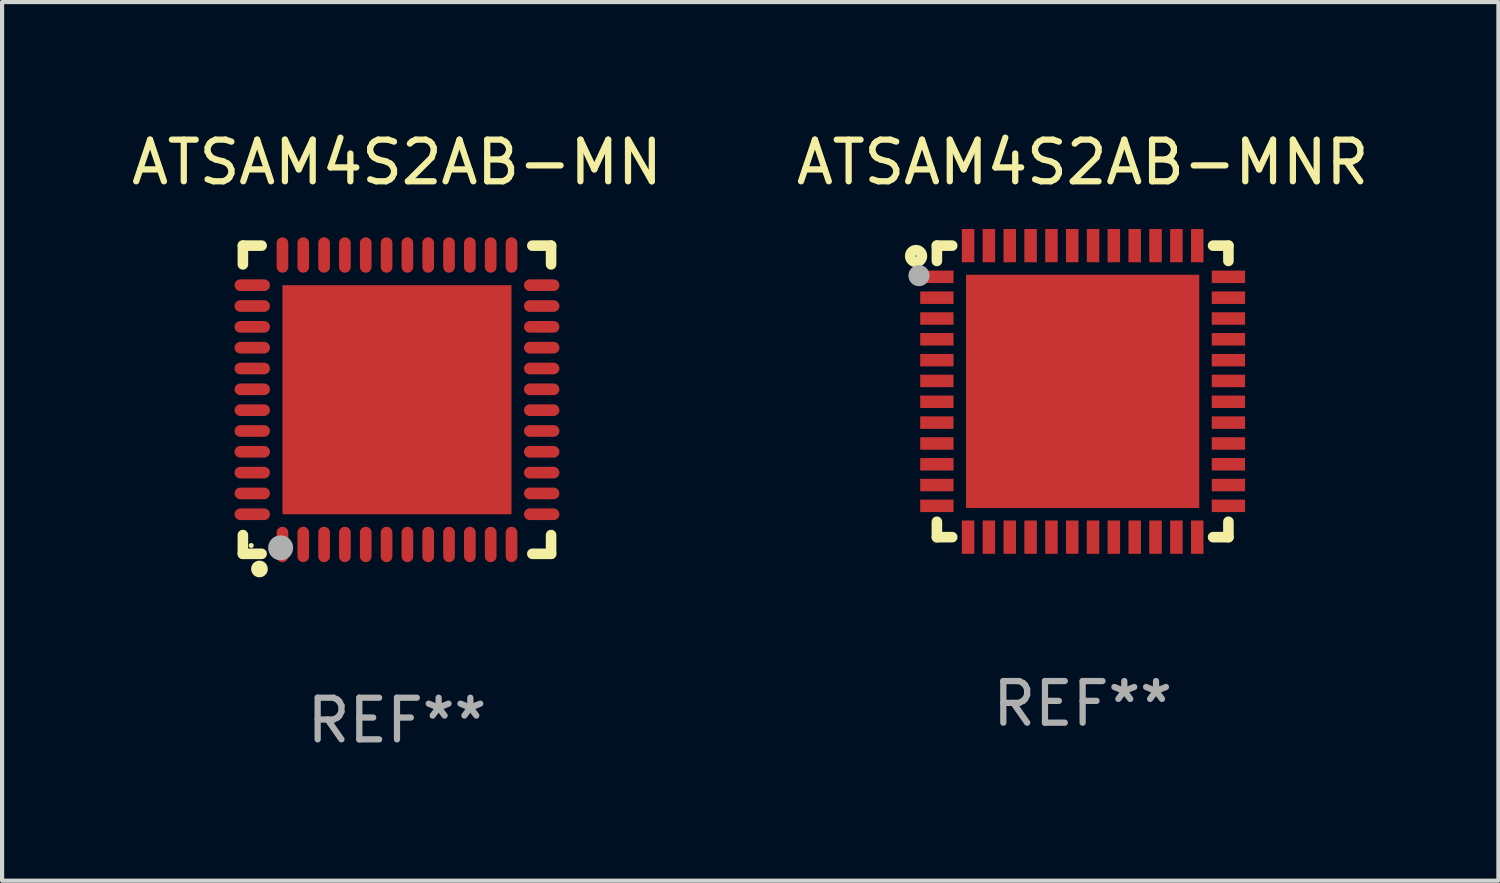
<source format=kicad_pcb>
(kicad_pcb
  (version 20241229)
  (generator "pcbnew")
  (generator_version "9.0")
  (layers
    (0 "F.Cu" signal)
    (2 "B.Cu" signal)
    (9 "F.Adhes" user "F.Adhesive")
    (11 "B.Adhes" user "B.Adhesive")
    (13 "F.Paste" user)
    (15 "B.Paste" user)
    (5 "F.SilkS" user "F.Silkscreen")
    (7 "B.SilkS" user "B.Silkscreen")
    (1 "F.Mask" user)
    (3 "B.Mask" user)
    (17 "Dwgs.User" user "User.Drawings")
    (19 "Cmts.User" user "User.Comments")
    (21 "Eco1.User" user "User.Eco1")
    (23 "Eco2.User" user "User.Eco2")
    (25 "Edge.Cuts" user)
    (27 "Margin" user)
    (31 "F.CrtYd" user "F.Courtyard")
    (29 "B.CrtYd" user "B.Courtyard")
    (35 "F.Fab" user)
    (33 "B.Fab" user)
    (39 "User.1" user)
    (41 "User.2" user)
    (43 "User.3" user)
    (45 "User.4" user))
  (footprint "ATSAM4S2AB-MNR"
    (layer "F.Cu")
    (at 22.946 6.348)
    (property "Reference" "ATSAM4S2AB-MNR" (at 0 -5.5 0) (layer "F.SilkS") (effects (font (size 1 1) (thickness 0.15))))
    (attr through_hole)
    (fp_line (start -3.5 -3.5) (end -3.132 -3.5) (stroke (width 0.254) (type solid)) (layer "F.SilkS"))
    (fp_line (start -3.5 -3.132) (end -3.5 -3.5) (stroke (width 0.254) (type solid)) (layer "F.SilkS"))
    (fp_line (start -3.5 3.5) (end -3.5 3.13) (stroke (width 0.254) (type solid)) (layer "F.SilkS"))
    (fp_line (start -3.132 3.5) (end -3.5 3.5) (stroke (width 0.254) (type solid)) (layer "F.SilkS"))
    (fp_line (start 3.132 -3.5) (end 3.5 -3.5) (stroke (width 0.254) (type solid)) (layer "F.SilkS"))
    (fp_line (start 3.5 -3.5) (end 3.5 -3.132) (stroke (width 0.254) (type solid)) (layer "F.SilkS"))
    (fp_line (start 3.5 3.13) (end 3.5 3.5) (stroke (width 0.254) (type solid)) (layer "F.SilkS"))
    (fp_line (start 3.5 3.5) (end 3.132 3.5) (stroke (width 0.254) (type solid)) (layer "F.SilkS"))
    (fp_circle (center -4 -3.25) (end -3.859 -3.25) (stroke (width 0.254) (type solid)) (fill no) (layer "F.SilkS"))
    (fp_circle (center -3.5 -3.501) (end -3.47 -3.501) (stroke (width 0.06) (type solid)) (fill no) (layer "F.SilkS"))
    (fp_circle (center -3.93 -2.78) (end -3.803 -2.78) (stroke (width 0.254) (type solid)) (fill no) (layer "F.Fab"))
    (fp_text user "REF**" (at 0 7.5 0) (layer "F.Fab") (effects (font (size 1 1) (thickness 0.15))))
    (pad "1" smd rect (at -3.5 -2.751 270) (size 0.3 0.8) (layers "F.Cu" "F.Mask" "F.Paste"))
    (pad "2" smd rect (at -3.5 -2.25 270) (size 0.3 0.8) (layers "F.Cu" "F.Mask" "F.Paste"))
    (pad "3" smd rect (at -3.5 -1.75 270) (size 0.3 0.8) (layers "F.Cu" "F.Mask" "F.Paste"))
    (pad "4" smd rect (at -3.5 -1.251 270) (size 0.3 0.8) (layers "F.Cu" "F.Mask" "F.Paste"))
    (pad "5" smd rect (at -3.5 -0.75 270) (size 0.3 0.8) (layers "F.Cu" "F.Mask" "F.Paste"))
    (pad "6" smd rect (at -3.5 -0.251 270) (size 0.3 0.8) (layers "F.Cu" "F.Mask" "F.Paste"))
    (pad "7" smd rect (at -3.5 0.249 270) (size 0.3 0.8) (layers "F.Cu" "F.Mask" "F.Paste"))
    (pad "8" smd rect (at -3.5 0.749 270) (size 0.3 0.8) (layers "F.Cu" "F.Mask" "F.Paste"))
    (pad "9" smd rect (at -3.5 1.25 270) (size 0.3 0.8) (layers "F.Cu" "F.Mask" "F.Paste"))
    (pad "10" smd rect (at -3.5 1.75 270) (size 0.3 0.8) (layers "F.Cu" "F.Mask" "F.Paste"))
    (pad "11" smd rect (at -3.5 2.249 270) (size 0.3 0.8) (layers "F.Cu" "F.Mask" "F.Paste"))
    (pad "12" smd rect (at -3.5 2.748 270) (size 0.3 0.8) (layers "F.Cu" "F.Mask" "F.Paste"))
    (pad "13" smd rect (at -2.751 3.5 180) (size 0.3 0.8) (layers "F.Cu" "F.Mask" "F.Paste"))
    (pad "14" smd rect (at -2.251 3.5 180) (size 0.3 0.8) (layers "F.Cu" "F.Mask" "F.Paste"))
    (pad "15" smd rect (at -1.75 3.5 180) (size 0.3 0.8) (layers "F.Cu" "F.Mask" "F.Paste"))
    (pad "16" smd rect (at -1.25 3.5 180) (size 0.3 0.8) (layers "F.Cu" "F.Mask" "F.Paste"))
    (pad "17" smd rect (at -0.749 3.5 180) (size 0.3 0.8) (layers "F.Cu" "F.Mask" "F.Paste"))
    (pad "18" smd rect (at -0.25 3.5 180) (size 0.3 0.8) (layers "F.Cu" "F.Mask" "F.Paste"))
    (pad "19" smd rect (at 0.249 3.5 180) (size 0.3 0.8) (layers "F.Cu" "F.Mask" "F.Paste"))
    (pad "20" smd rect (at 0.749 3.5 180) (size 0.3 0.8) (layers "F.Cu" "F.Mask" "F.Paste"))
    (pad "21" smd rect (at 1.25 3.5 180) (size 0.3 0.8) (layers "F.Cu" "F.Mask" "F.Paste"))
    (pad "22" smd rect (at 1.75 3.5 180) (size 0.3 0.8) (layers "F.Cu" "F.Mask" "F.Paste"))
    (pad "23" smd rect (at 2.251 3.5 180) (size 0.3 0.8) (layers "F.Cu" "F.Mask" "F.Paste"))
    (pad "24" smd rect (at 2.751 3.5 180) (size 0.3 0.8) (layers "F.Cu" "F.Mask" "F.Paste"))
    (pad "25" smd rect (at 3.5 2.748 270) (size 0.3 0.8) (layers "F.Cu" "F.Mask" "F.Paste"))
    (pad "26" smd rect (at 3.5 2.249 270) (size 0.3 0.8) (layers "F.Cu" "F.Mask" "F.Paste"))
    (pad "27" smd rect (at 3.5 1.75 270) (size 0.3 0.8) (layers "F.Cu" "F.Mask" "F.Paste"))
    (pad "28" smd rect (at 3.5 1.25 270) (size 0.3 0.8) (layers "F.Cu" "F.Mask" "F.Paste"))
    (pad "29" smd rect (at 3.5 0.749 270) (size 0.3 0.8) (layers "F.Cu" "F.Mask" "F.Paste"))
    (pad "30" smd rect (at 3.5 0.249 270) (size 0.3 0.8) (layers "F.Cu" "F.Mask" "F.Paste"))
    (pad "31" smd rect (at 3.5 -0.251 270) (size 0.3 0.8) (layers "F.Cu" "F.Mask" "F.Paste"))
    (pad "32" smd rect (at 3.5 -0.75 270) (size 0.3 0.8) (layers "F.Cu" "F.Mask" "F.Paste"))
    (pad "33" smd rect (at 3.5 -1.251 270) (size 0.3 0.8) (layers "F.Cu" "F.Mask" "F.Paste"))
    (pad "34" smd rect (at 3.5 -1.75 270) (size 0.3 0.8) (layers "F.Cu" "F.Mask" "F.Paste"))
    (pad "35" smd rect (at 3.5 -2.25 270) (size 0.3 0.8) (layers "F.Cu" "F.Mask" "F.Paste"))
    (pad "36" smd rect (at 3.5 -2.751 270) (size 0.3 0.8) (layers "F.Cu" "F.Mask" "F.Paste"))
    (pad "37" smd rect (at 2.751 -3.5 180) (size 0.3 0.8) (layers "F.Cu" "F.Mask" "F.Paste"))
    (pad "38" smd rect (at 2.251 -3.5 180) (size 0.3 0.8) (layers "F.Cu" "F.Mask" "F.Paste"))
    (pad "39" smd rect (at 1.75 -3.5 180) (size 0.3 0.8) (layers "F.Cu" "F.Mask" "F.Paste"))
    (pad "40" smd rect (at 1.25 -3.5 180) (size 0.3 0.8) (layers "F.Cu" "F.Mask" "F.Paste"))
    (pad "41" smd rect (at 0.749 -3.5 180) (size 0.3 0.8) (layers "F.Cu" "F.Mask" "F.Paste"))
    (pad "42" smd rect (at 0.25 -3.5 180) (size 0.3 0.8) (layers "F.Cu" "F.Mask" "F.Paste"))
    (pad "43" smd rect (at -0.25 -3.5 180) (size 0.3 0.8) (layers "F.Cu" "F.Mask" "F.Paste"))
    (pad "44" smd rect (at -0.749 -3.5 180) (size 0.3 0.8) (layers "F.Cu" "F.Mask" "F.Paste"))
    (pad "45" smd rect (at -1.25 -3.5 180) (size 0.3 0.8) (layers "F.Cu" "F.Mask" "F.Paste"))
    (pad "46" smd rect (at -1.75 -3.5 180) (size 0.3 0.8) (layers "F.Cu" "F.Mask" "F.Paste"))
    (pad "47" smd rect (at -2.251 -3.5 180) (size 0.3 0.8) (layers "F.Cu" "F.Mask" "F.Paste"))
    (pad "48" smd rect (at -2.751 -3.5 180) (size 0.3 0.8) (layers "F.Cu" "F.Mask" "F.Paste"))
    (pad "49" smd rect (at 0.000127 -0.001 180) (size 5.6 5.6) (layers "F.Cu" "F.Mask" "F.Paste")))
  (footprint "ATSAM4S2AB-MN"
    (layer "F.Cu")
    (at 6.482 6.548)
    (property "Reference" "ATSAM4S2AB-MN" (at 0 -5.7 0) (layer "F.SilkS") (effects (font (size 1 1) (thickness 0.15))))
    (attr through_hole)
    (fp_line (start -3.7 -3.7) (end -3.25 -3.7) (stroke (width 0.254) (type solid)) (layer "F.SilkS"))
    (fp_line (start -3.7 -3.25) (end -3.7 -3.7) (stroke (width 0.254) (type solid)) (layer "F.SilkS"))
    (fp_line (start -3.7 3.7) (end -3.7 3.25) (stroke (width 0.254) (type solid)) (layer "F.SilkS"))
    (fp_line (start -3.25 3.7) (end -3.7 3.7) (stroke (width 0.254) (type solid)) (layer "F.SilkS"))
    (fp_line (start 3.25 3.7) (end 3.7 3.7) (stroke (width 0.254) (type solid)) (layer "F.SilkS"))
    (fp_line (start 3.7 -3.7) (end 3.25 -3.7) (stroke (width 0.254) (type solid)) (layer "F.SilkS"))
    (fp_line (start 3.7 -3.25) (end 3.7 -3.7) (stroke (width 0.254) (type solid)) (layer "F.SilkS"))
    (fp_line (start 3.7 3.7) (end 3.7 3.25) (stroke (width 0.254) (type solid)) (layer "F.SilkS"))
    (fp_circle (center -3.5 3.5) (end -3.47 3.5) (stroke (width 0.06) (type solid)) (fill no) (layer "F.SilkS"))
    (fp_circle (center -3.302 4.064) (end -3.202 4.064) (stroke (width 0.2) (type solid)) (fill no) (layer "F.SilkS"))
    (fp_circle (center -2.794 3.556) (end -2.644 3.556) (stroke (width 0.3) (type solid)) (fill no) (layer "F.Fab"))
    (fp_text user "REF**" (at 0 7.7 0) (layer "F.Fab") (effects (font (size 1 1) (thickness 0.15))))
    (pad "1" smd oval (at -2.75 3.475) (size 0.28 0.85) (layers "F.Cu" "F.Mask" "F.Paste"))
    (pad "2" smd oval (at -2.25 3.475) (size 0.28 0.85) (layers "F.Cu" "F.Mask" "F.Paste"))
    (pad "3" smd oval (at -1.75 3.475) (size 0.28 0.85) (layers "F.Cu" "F.Mask" "F.Paste"))
    (pad "4" smd oval (at -1.25 3.475) (size 0.28 0.85) (layers "F.Cu" "F.Mask" "F.Paste"))
    (pad "5" smd oval (at -0.75 3.475) (size 0.28 0.85) (layers "F.Cu" "F.Mask" "F.Paste"))
    (pad "6" smd oval (at -0.25 3.475) (size 0.28 0.85) (layers "F.Cu" "F.Mask" "F.Paste"))
    (pad "7" smd oval (at 0.25 3.475) (size 0.28 0.85) (layers "F.Cu" "F.Mask" "F.Paste"))
    (pad "8" smd oval (at 0.75 3.475) (size 0.28 0.85) (layers "F.Cu" "F.Mask" "F.Paste"))
    (pad "9" smd oval (at 1.25 3.475) (size 0.28 0.85) (layers "F.Cu" "F.Mask" "F.Paste"))
    (pad "10" smd oval (at 1.75 3.475) (size 0.28 0.85) (layers "F.Cu" "F.Mask" "F.Paste"))
    (pad "11" smd oval (at 2.25 3.475) (size 0.28 0.85) (layers "F.Cu" "F.Mask" "F.Paste"))
    (pad "12" smd oval (at 2.75 3.475) (size 0.28 0.85) (layers "F.Cu" "F.Mask" "F.Paste"))
    (pad "13" smd oval (at 3.475 2.75) (size 0.85 0.28) (layers "F.Cu" "F.Mask" "F.Paste"))
    (pad "14" smd oval (at 3.475 2.25) (size 0.85 0.28) (layers "F.Cu" "F.Mask" "F.Paste"))
    (pad "15" smd oval (at 3.475 1.75) (size 0.85 0.28) (layers "F.Cu" "F.Mask" "F.Paste"))
    (pad "16" smd oval (at 3.475 1.25) (size 0.85 0.28) (layers "F.Cu" "F.Mask" "F.Paste"))
    (pad "17" smd oval (at 3.475 0.75) (size 0.85 0.28) (layers "F.Cu" "F.Mask" "F.Paste"))
    (pad "18" smd oval (at 3.475 0.25) (size 0.85 0.28) (layers "F.Cu" "F.Mask" "F.Paste"))
    (pad "19" smd oval (at 3.475 -0.25) (size 0.85 0.28) (layers "F.Cu" "F.Mask" "F.Paste"))
    (pad "20" smd oval (at 3.475 -0.75) (size 0.85 0.28) (layers "F.Cu" "F.Mask" "F.Paste"))
    (pad "21" smd oval (at 3.475 -1.25) (size 0.85 0.28) (layers "F.Cu" "F.Mask" "F.Paste"))
    (pad "22" smd oval (at 3.475 -1.75) (size 0.85 0.28) (layers "F.Cu" "F.Mask" "F.Paste"))
    (pad "23" smd oval (at 3.475 -2.25) (size 0.85 0.28) (layers "F.Cu" "F.Mask" "F.Paste"))
    (pad "24" smd oval (at 3.475 -2.75) (size 0.85 0.28) (layers "F.Cu" "F.Mask" "F.Paste"))
    (pad "25" smd oval (at 2.75 -3.475) (size 0.28 0.85) (layers "F.Cu" "F.Mask" "F.Paste"))
    (pad "26" smd oval (at 2.25 -3.475) (size 0.28 0.85) (layers "F.Cu" "F.Mask" "F.Paste"))
    (pad "27" smd oval (at 1.75 -3.475) (size 0.28 0.85) (layers "F.Cu" "F.Mask" "F.Paste"))
    (pad "28" smd oval (at 1.25 -3.475) (size 0.28 0.85) (layers "F.Cu" "F.Mask" "F.Paste"))
    (pad "29" smd oval (at 0.75 -3.475) (size 0.28 0.85) (layers "F.Cu" "F.Mask" "F.Paste"))
    (pad "30" smd oval (at 0.25 -3.475) (size 0.28 0.85) (layers "F.Cu" "F.Mask" "F.Paste"))
    (pad "31" smd oval (at -0.25 -3.475) (size 0.28 0.85) (layers "F.Cu" "F.Mask" "F.Paste"))
    (pad "32" smd oval (at -0.75 -3.475) (size 0.28 0.85) (layers "F.Cu" "F.Mask" "F.Paste"))
    (pad "33" smd oval (at -1.25 -3.475) (size 0.28 0.85) (layers "F.Cu" "F.Mask" "F.Paste"))
    (pad "34" smd oval (at -1.75 -3.475) (size 0.28 0.85) (layers "F.Cu" "F.Mask" "F.Paste"))
    (pad "35" smd oval (at -2.25 -3.475) (size 0.28 0.85) (layers "F.Cu" "F.Mask" "F.Paste"))
    (pad "36" smd oval (at -2.75 -3.475) (size 0.28 0.85) (layers "F.Cu" "F.Mask" "F.Paste"))
    (pad "37" smd oval (at -3.475 -2.75) (size 0.85 0.28) (layers "F.Cu" "F.Mask" "F.Paste"))
    (pad "38" smd oval (at -3.475 -2.25) (size 0.85 0.28) (layers "F.Cu" "F.Mask" "F.Paste"))
    (pad "39" smd oval (at -3.475 -1.75) (size 0.85 0.28) (layers "F.Cu" "F.Mask" "F.Paste"))
    (pad "40" smd oval (at -3.475 -1.25) (size 0.85 0.28) (layers "F.Cu" "F.Mask" "F.Paste"))
    (pad "41" smd oval (at -3.475 -0.75) (size 0.85 0.28) (layers "F.Cu" "F.Mask" "F.Paste"))
    (pad "42" smd oval (at -3.475 -0.25) (size 0.85 0.28) (layers "F.Cu" "F.Mask" "F.Paste"))
    (pad "43" smd oval (at -3.475 0.25) (size 0.85 0.28) (layers "F.Cu" "F.Mask" "F.Paste"))
    (pad "44" smd oval (at -3.475 0.75) (size 0.85 0.28) (layers "F.Cu" "F.Mask" "F.Paste"))
    (pad "45" smd oval (at -3.475 1.25) (size 0.85 0.28) (layers "F.Cu" "F.Mask" "F.Paste"))
    (pad "46" smd oval (at -3.475 1.75) (size 0.85 0.28) (layers "F.Cu" "F.Mask" "F.Paste"))
    (pad "47" smd oval (at -3.475 2.25) (size 0.85 0.28) (layers "F.Cu" "F.Mask" "F.Paste"))
    (pad "48" smd oval (at -3.475 2.75) (size 0.85 0.28) (layers "F.Cu" "F.Mask" "F.Paste"))
    (pad "49" smd rect (at -0.000102 0.000102) (size 5.5 5.5) (layers "F.Cu" "F.Mask" "F.Paste")))
  (gr_rect
    (start -3 -3)
    (end 32.929 18.097)
    (stroke (width 0.1) (type default))
    (fill no)
    (layer "Edge.Cuts")))
</source>
